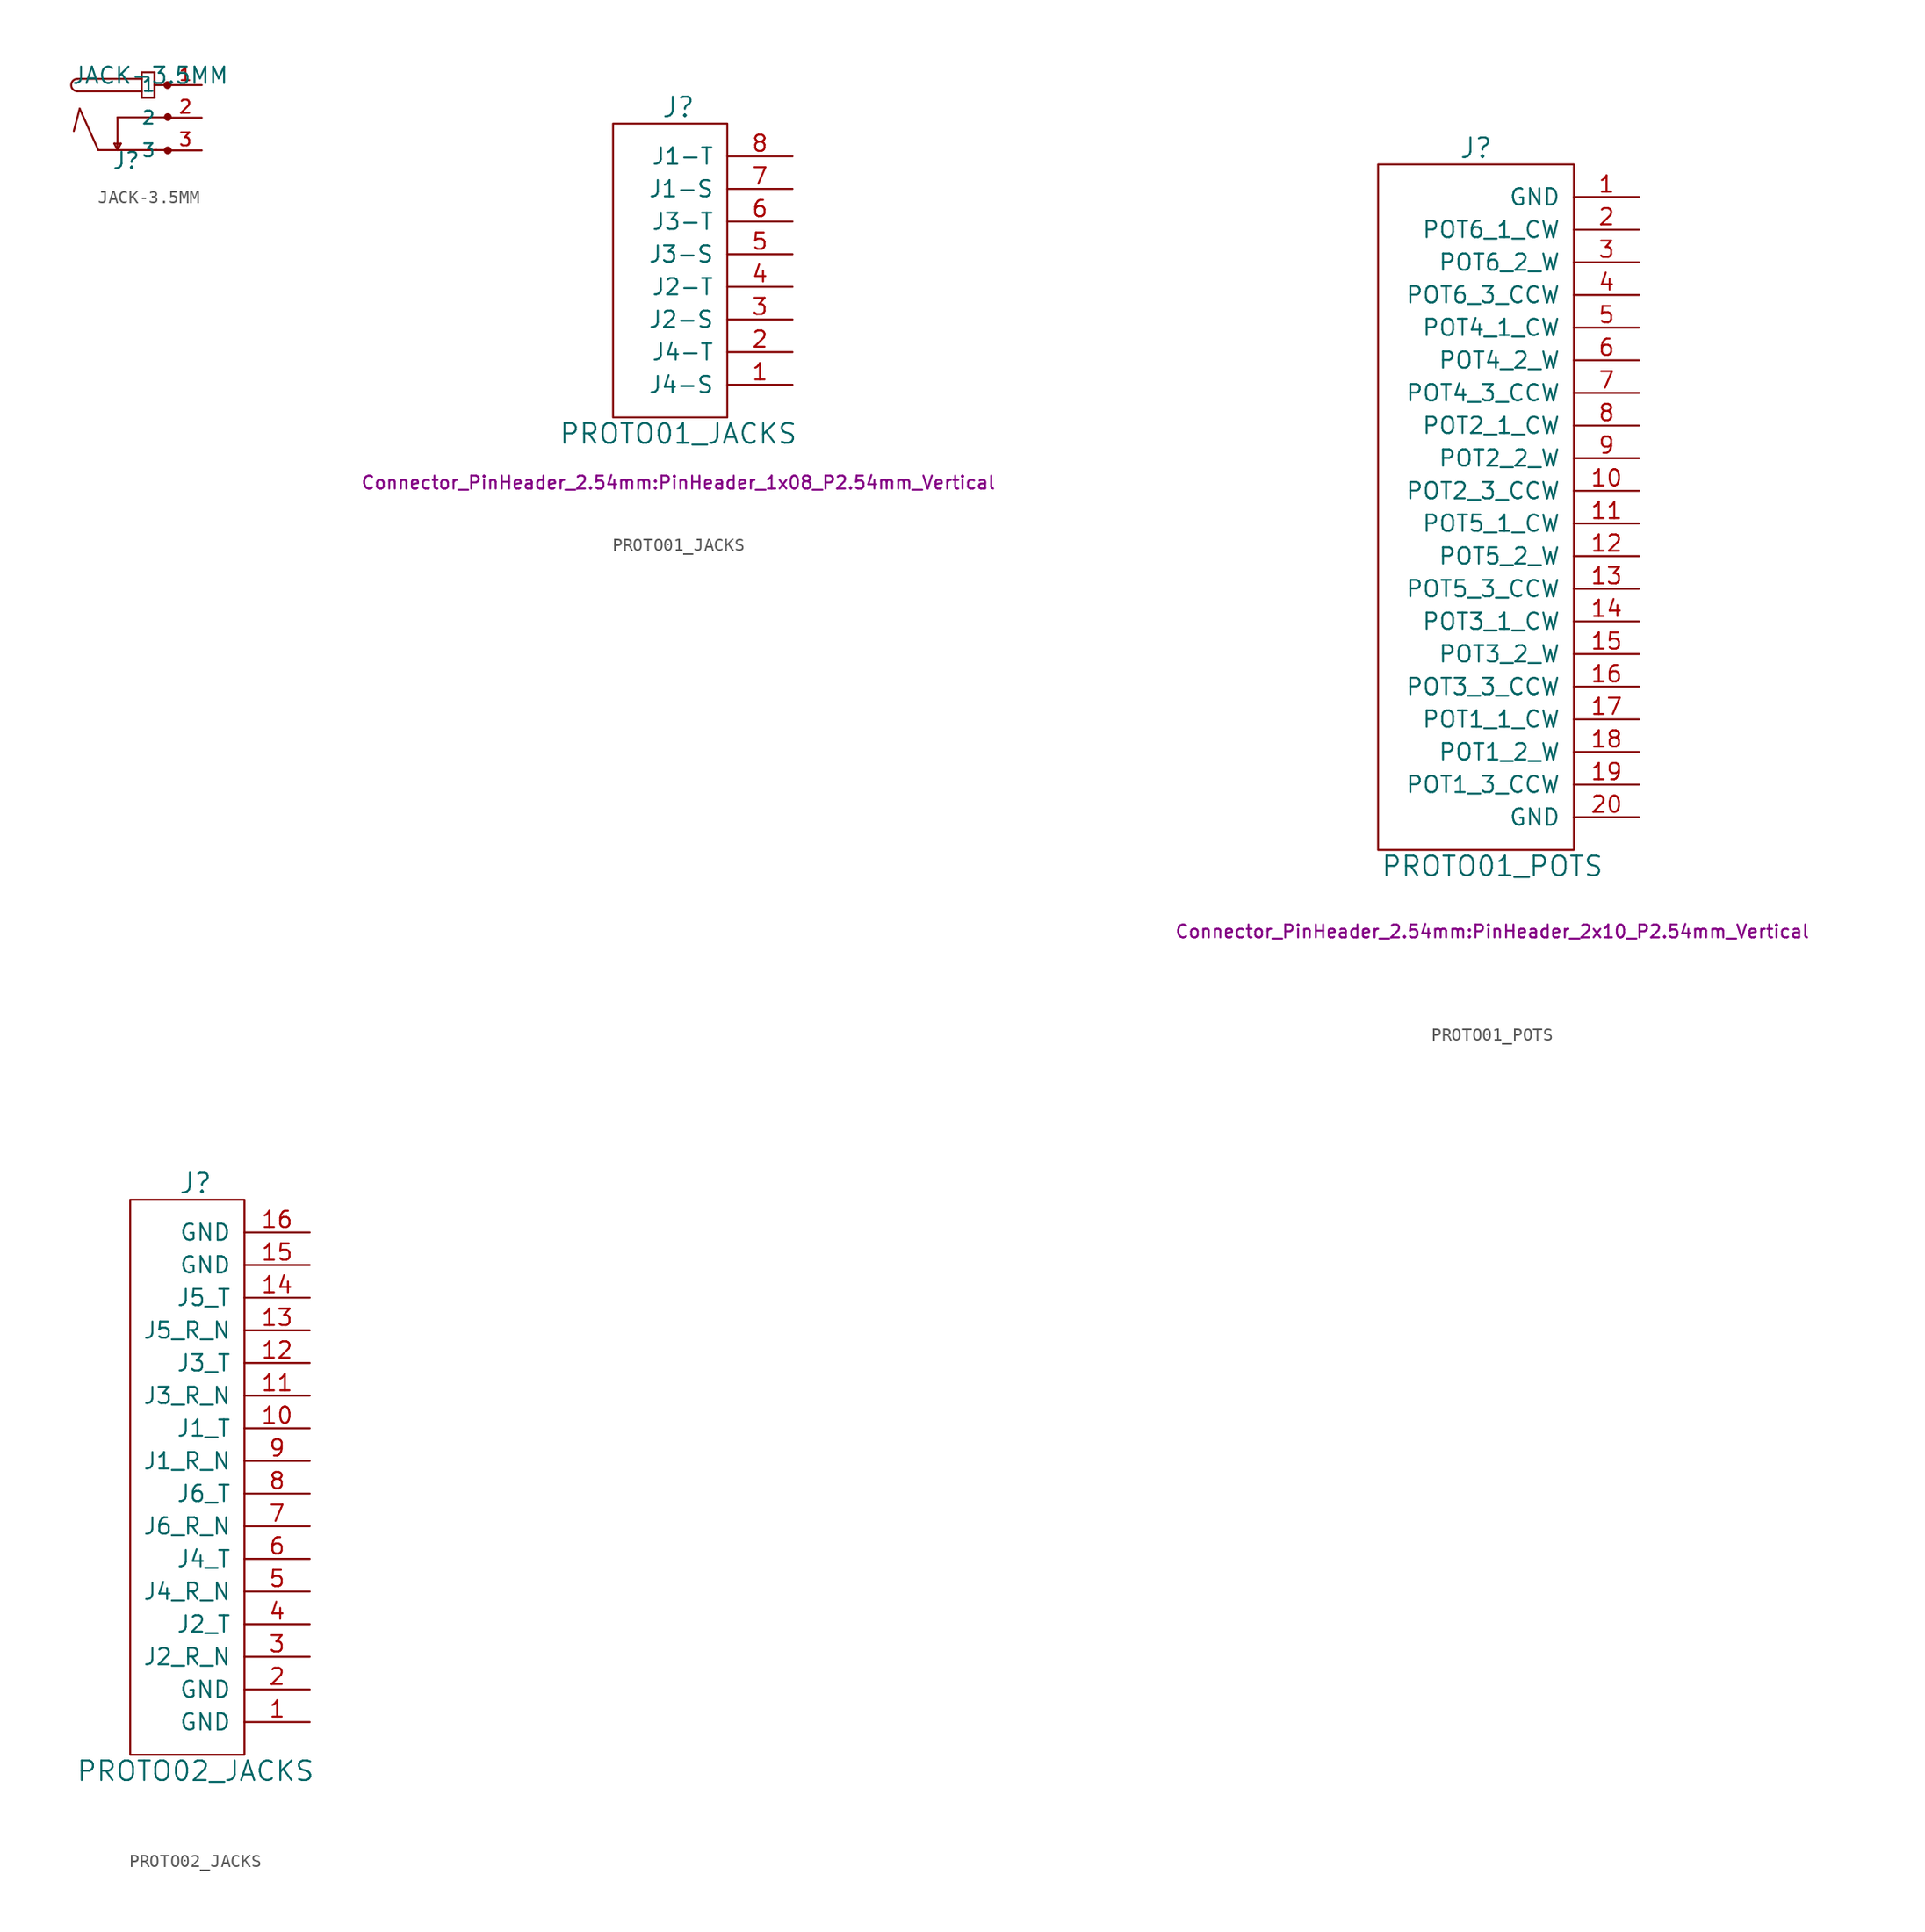
<source format=kicad_sym>
(kicad_symbol_lib
  (version 20211014)
  (generator kicad_symbol_editor)
  (symbol "JACK-3.5MM"
    (pin_names
      (offset 1.016))
    (property "Reference" "J"
      (at 3.15 -6.629 0)
      (effects (font (size 1.27 1.27)) (justify left bottom)))
    (property "Value" "JACK-3.5MM"
      (at 0 0 0)
      (effects (font (size 1.27 1.27)) (justify left bottom)))
    (property "Datasheet" ""
      (at 0 0 0)
      (effects (font (size 1.524 1.524))))
    (symbol "JACK-3.5MM_1_0"
      (polyline (pts (xy 0.483 -0.483) (xy 5.486 -0.483)) (stroke (width 0) (type default) (color 0 0 0 0)) (fill (type none)))
      (polyline (pts (xy 0.66 -1.829) (xy 0.203 -3.581)) (stroke (width 0) (type default) (color 0 0 0 0)) (fill (type none)))
      (polyline (pts (xy 2.108 -5.055) (xy 0.66 -1.829)) (stroke (width 0) (type default) (color 0 0 0 0)) (fill (type none)))
      (polyline (pts (xy 2.108 -5.055) (xy 3.607 -5.055)) (stroke (width 0) (type default) (color 0 0 0 0)) (fill (type none)))
      (polyline (pts (xy 3.353 -4.547) (xy 3.861 -4.547)) (stroke (width 0) (type default) (color 0 0 0 0)) (fill (type none)))
      (polyline (pts (xy 3.607 -5.055) (xy 3.353 -4.547)) (stroke (width 0) (type default) (color 0 0 0 0)) (fill (type none)))
      (polyline (pts (xy 3.607 -5.055) (xy 3.861 -4.547)) (stroke (width 0) (type default) (color 0 0 0 0)) (fill (type none)))
      (polyline (pts (xy 3.607 -5.055) (xy 6.629 -5.055)) (stroke (width 0) (type default) (color 0 0 0 0)) (fill (type none)))
      (polyline (pts (xy 3.607 -2.515) (xy 3.607 -5.055)) (stroke (width 0) (type default) (color 0 0 0 0)) (fill (type none)))
      (polyline (pts (xy 3.607 -2.515) (xy 7.544 -2.515)) (stroke (width 0) (type default) (color 0 0 0 0)) (fill (type none)))
      (polyline (pts (xy 5.486 -0.991) (xy 5.486 -0.483)) (stroke (width 0) (type default) (color 0 0 0 0)) (fill (type none)))
      (polyline (pts (xy 5.486 -0.483) (xy 5.486 0.483)) (stroke (width 0) (type default) (color 0 0 0 0)) (fill (type none)))
      (polyline (pts (xy 5.486 0.483) (xy 0.483 0.483)) (stroke (width 0) (type default) (color 0 0 0 0)) (fill (type none)))
      (polyline (pts (xy 5.486 0.483) (xy 5.486 0.991)) (stroke (width 0) (type default) (color 0 0 0 0)) (fill (type none)))
      (polyline (pts (xy 5.486 0.991) (xy 6.477 0.991)) (stroke (width 0) (type default) (color 0 0 0 0)) (fill (type none)))
      (polyline (pts (xy 6.477 -0.991) (xy 5.486 -0.991)) (stroke (width 0) (type default) (color 0 0 0 0)) (fill (type none)))
      (polyline (pts (xy 6.477 0) (xy 6.477 -0.991)) (stroke (width 0) (type default) (color 0 0 0 0)) (fill (type none)))
      (polyline (pts (xy 6.477 0) (xy 7.493 0)) (stroke (width 0) (type default) (color 0 0 0 0)) (fill (type none)))
      (polyline (pts (xy 6.477 0.991) (xy 6.477 0)) (stroke (width 0) (type default) (color 0 0 0 0)) (fill (type none)))
      (polyline (pts (xy 6.629 -5.055) (xy 7.544 -5.055)) (stroke (width 0) (type default) (color 0 0 0 0)) (fill (type none))))
    (symbol "JACK-3.5MM_1_1"
      (arc (start 0.4826 0.4826) (mid 0 0) (end 0.4826 -0.4826) (stroke (width 0) (type default) (color 0 0 0 0)) (fill (type none)))
      (circle (center 7.493 0) (radius 0.229) (stroke (width 0) (type default) (color 0 0 0 0)) (fill (type outline)))
      (circle (center 7.518 -5.08) (radius 0.229) (stroke (width 0) (type default) (color 0 0 0 0)) (fill (type outline)))
      (circle (center 7.518 -2.489) (radius 0.229) (stroke (width 0) (type default) (color 0 0 0 0)) (fill (type outline)))
      (pin passive line (at 10.16 0 180) (length 2.54) (name "1" (effects (font (size 1.016 1.016)))) (number "1" (effects (font (size 1.016 1.016)))))
      (pin passive line (at 10.16 -2.54 180) (length 2.54) (name "2" (effects (font (size 1.016 1.016)))) (number "2" (effects (font (size 1.016 1.016)))))
      (pin passive line (at 10.16 -5.08 180) (length 2.54) (name "3" (effects (font (size 1.016 1.016)))) (number "3" (effects (font (size 1.016 1.016)))))))
  (symbol "PROTO01_JACKS"
    (pin_names
      (offset 1.016))
    (property "Reference" "J"
      (at 0 12.7 0)
      (effects (font (size 1.524 1.524))))
    (property "Value" "PROTO01_JACKS"
      (at 0 -12.7 0)
      (effects (font (size 1.524 1.524))))
    (property "Footprint" "Connector_PinHeader_2.54mm:PinHeader_1x08_P2.54mm_Vertical"
      (at 0 -16.51 0)
      (effects (font (size 1 1))))
    (property "Datasheet" ""
      (at -1.27 1.27 0)
      (effects (font (size 1.524 1.524))))
    (symbol "PROTO01_JACKS_0_1"
      (rectangle (start -5.08 11.43) (end 3.81 -11.43) (stroke (width 0) (type default) (color 0 0 0 0)) (fill (type none))))
    (symbol "PROTO01_JACKS_1_1"
      (pin passive line (at 8.89 -8.89 180) (length 5.08) (name "J4-S" (effects (font (size 1.27 1.27)))) (number "1" (effects (font (size 1.27 1.27)))))
      (pin passive line (at 8.89 -6.35 180) (length 5.08) (name "J4-T" (effects (font (size 1.27 1.27)))) (number "2" (effects (font (size 1.27 1.27)))))
      (pin passive line (at 8.89 -3.81 180) (length 5.08) (name "J2-S" (effects (font (size 1.27 1.27)))) (number "3" (effects (font (size 1.27 1.27)))))
      (pin passive line (at 8.89 -1.27 180) (length 5.08) (name "J2-T" (effects (font (size 1.27 1.27)))) (number "4" (effects (font (size 1.27 1.27)))))
      (pin passive line (at 8.89 1.27 180) (length 5.08) (name "J3-S" (effects (font (size 1.27 1.27)))) (number "5" (effects (font (size 1.27 1.27)))))
      (pin passive line (at 8.89 3.81 180) (length 5.08) (name "J3-T" (effects (font (size 1.27 1.27)))) (number "6" (effects (font (size 1.27 1.27)))))
      (pin passive line (at 8.89 6.35 180) (length 5.08) (name "J1-S" (effects (font (size 1.27 1.27)))) (number "7" (effects (font (size 1.27 1.27)))))
      (pin passive line (at 8.89 8.89 180) (length 5.08) (name "J1-T" (effects (font (size 1.27 1.27)))) (number "8" (effects (font (size 1.27 1.27)))))))
  (symbol "PROTO01_POTS"
    (pin_names
      (offset 1.016))
    (property "Reference" "J"
      (at -1.27 27.94 0)
      (effects (font (size 1.524 1.524))))
    (property "Value" "PROTO01_POTS"
      (at 0 -27.94 0)
      (effects (font (size 1.524 1.524))))
    (property "Footprint" "Connector_PinHeader_2.54mm:PinHeader_2x10_P2.54mm_Vertical"
      (at 0 -33.02 0)
      (effects (font (size 1 1))))
    (property "Datasheet" ""
      (at 1.27 16.51 0)
      (effects (font (size 1.524 1.524))))
    (symbol "PROTO01_POTS_0_1"
      (rectangle (start -8.89 26.67) (end 6.35 -26.67) (stroke (width 0) (type default) (color 0 0 0 0)) (fill (type none))))
    (symbol "PROTO01_POTS_1_1"
      (pin power_in line (at 11.43 24.13 180) (length 5.08) (name "GND" (effects (font (size 1.27 1.27)))) (number "1" (effects (font (size 1.27 1.27)))))
      (pin passive line (at 11.43 1.27 180) (length 5.08) (name "POT2_3_CCW" (effects (font (size 1.27 1.27)))) (number "10" (effects (font (size 1.27 1.27)))))
      (pin passive line (at 11.43 -1.27 180) (length 5.08) (name "POT5_1_CW" (effects (font (size 1.27 1.27)))) (number "11" (effects (font (size 1.27 1.27)))))
      (pin passive line (at 11.43 -3.81 180) (length 5.08) (name "POT5_2_W" (effects (font (size 1.27 1.27)))) (number "12" (effects (font (size 1.27 1.27)))))
      (pin passive line (at 11.43 -6.35 180) (length 5.08) (name "POT5_3_CCW" (effects (font (size 1.27 1.27)))) (number "13" (effects (font (size 1.27 1.27)))))
      (pin passive line (at 11.43 -8.89 180) (length 5.08) (name "POT3_1_CW" (effects (font (size 1.27 1.27)))) (number "14" (effects (font (size 1.27 1.27)))))
      (pin passive line (at 11.43 -11.43 180) (length 5.08) (name "POT3_2_W" (effects (font (size 1.27 1.27)))) (number "15" (effects (font (size 1.27 1.27)))))
      (pin passive line (at 11.43 -13.97 180) (length 5.08) (name "POT3_3_CCW" (effects (font (size 1.27 1.27)))) (number "16" (effects (font (size 1.27 1.27)))))
      (pin passive line (at 11.43 -16.51 180) (length 5.08) (name "POT1_1_CW" (effects (font (size 1.27 1.27)))) (number "17" (effects (font (size 1.27 1.27)))))
      (pin passive line (at 11.43 -19.05 180) (length 5.08) (name "POT1_2_W" (effects (font (size 1.27 1.27)))) (number "18" (effects (font (size 1.27 1.27)))))
      (pin passive line (at 11.43 -21.59 180) (length 5.08) (name "POT1_3_CCW" (effects (font (size 1.27 1.27)))) (number "19" (effects (font (size 1.27 1.27)))))
      (pin passive line (at 11.43 21.59 180) (length 5.08) (name "POT6_1_CW" (effects (font (size 1.27 1.27)))) (number "2" (effects (font (size 1.27 1.27)))))
      (pin power_in line (at 11.43 -24.13 180) (length 5.08) (name "GND" (effects (font (size 1.27 1.27)))) (number "20" (effects (font (size 1.27 1.27)))))
      (pin passive line (at 11.43 19.05 180) (length 5.08) (name "POT6_2_W" (effects (font (size 1.27 1.27)))) (number "3" (effects (font (size 1.27 1.27)))))
      (pin passive line (at 11.43 16.51 180) (length 5.08) (name "POT6_3_CCW" (effects (font (size 1.27 1.27)))) (number "4" (effects (font (size 1.27 1.27)))))
      (pin passive line (at 11.43 13.97 180) (length 5.08) (name "POT4_1_CW" (effects (font (size 1.27 1.27)))) (number "5" (effects (font (size 1.27 1.27)))))
      (pin passive line (at 11.43 11.43 180) (length 5.08) (name "POT4_2_W" (effects (font (size 1.27 1.27)))) (number "6" (effects (font (size 1.27 1.27)))))
      (pin passive line (at 11.43 8.89 180) (length 5.08) (name "POT4_3_CCW" (effects (font (size 1.27 1.27)))) (number "7" (effects (font (size 1.27 1.27)))))
      (pin passive line (at 11.43 6.35 180) (length 5.08) (name "POT2_1_CW" (effects (font (size 1.27 1.27)))) (number "8" (effects (font (size 1.27 1.27)))))
      (pin passive line (at 11.43 3.81 180) (length 5.08) (name "POT2_2_W" (effects (font (size 1.27 1.27)))) (number "9" (effects (font (size 1.27 1.27)))))))
  (symbol "PROTO02_JACKS"
    (pin_names
      (offset 1.016))
    (property "Reference" "J"
      (at 0 22.86 0)
      (effects (font (size 1.524 1.524))))
    (property "Value" "PROTO02_JACKS"
      (at 0 -22.86 0)
      (effects (font (size 1.524 1.524))))
    (property "Footprint" ""
      (at -1.27 -8.89 0)
      (effects (font (size 1.524 1.524))))
    (property "Datasheet" ""
      (at -1.27 -8.89 0)
      (effects (font (size 1.524 1.524))))
    (symbol "PROTO02_JACKS_0_1"
      (rectangle (start -5.08 21.59) (end 3.81 -21.59) (stroke (width 0) (type default) (color 0 0 0 0)) (fill (type none))))
    (symbol "PROTO02_JACKS_1_1"
      (pin power_in line (at 8.89 -19.05 180) (length 5.08) (name "GND" (effects (font (size 1.27 1.27)))) (number "1" (effects (font (size 1.27 1.27)))))
      (pin passive line (at 8.89 3.81 180) (length 5.08) (name "J1_T" (effects (font (size 1.27 1.27)))) (number "10" (effects (font (size 1.27 1.27)))))
      (pin passive line (at 8.89 6.35 180) (length 5.08) (name "J3_R_N" (effects (font (size 1.27 1.27)))) (number "11" (effects (font (size 1.27 1.27)))))
      (pin passive line (at 8.89 8.89 180) (length 5.08) (name "J3_T" (effects (font (size 1.27 1.27)))) (number "12" (effects (font (size 1.27 1.27)))))
      (pin passive line (at 8.89 11.43 180) (length 5.08) (name "J5_R_N" (effects (font (size 1.27 1.27)))) (number "13" (effects (font (size 1.27 1.27)))))
      (pin passive line (at 8.89 13.97 180) (length 5.08) (name "J5_T" (effects (font (size 1.27 1.27)))) (number "14" (effects (font (size 1.27 1.27)))))
      (pin power_in line (at 8.89 16.51 180) (length 5.08) (name "GND" (effects (font (size 1.27 1.27)))) (number "15" (effects (font (size 1.27 1.27)))))
      (pin power_in line (at 8.89 19.05 180) (length 5.08) (name "GND" (effects (font (size 1.27 1.27)))) (number "16" (effects (font (size 1.27 1.27)))))
      (pin power_in line (at 8.89 -16.51 180) (length 5.08) (name "GND" (effects (font (size 1.27 1.27)))) (number "2" (effects (font (size 1.27 1.27)))))
      (pin passive line (at 8.89 -13.97 180) (length 5.08) (name "J2_R_N" (effects (font (size 1.27 1.27)))) (number "3" (effects (font (size 1.27 1.27)))))
      (pin passive line (at 8.89 -11.43 180) (length 5.08) (name "J2_T" (effects (font (size 1.27 1.27)))) (number "4" (effects (font (size 1.27 1.27)))))
      (pin passive line (at 8.89 -8.89 180) (length 5.08) (name "J4_R_N" (effects (font (size 1.27 1.27)))) (number "5" (effects (font (size 1.27 1.27)))))
      (pin passive line (at 8.89 -6.35 180) (length 5.08) (name "J4_T" (effects (font (size 1.27 1.27)))) (number "6" (effects (font (size 1.27 1.27)))))
      (pin passive line (at 8.89 -3.81 180) (length 5.08) (name "J6_R_N" (effects (font (size 1.27 1.27)))) (number "7" (effects (font (size 1.27 1.27)))))
      (pin passive line (at 8.89 -1.27 180) (length 5.08) (name "J6_T" (effects (font (size 1.27 1.27)))) (number "8" (effects (font (size 1.27 1.27)))))
      (pin passive line (at 8.89 1.27 180) (length 5.08) (name "J1_R_N" (effects (font (size 1.27 1.27)))) (number "9" (effects (font (size 1.27 1.27))))))))
</source>
